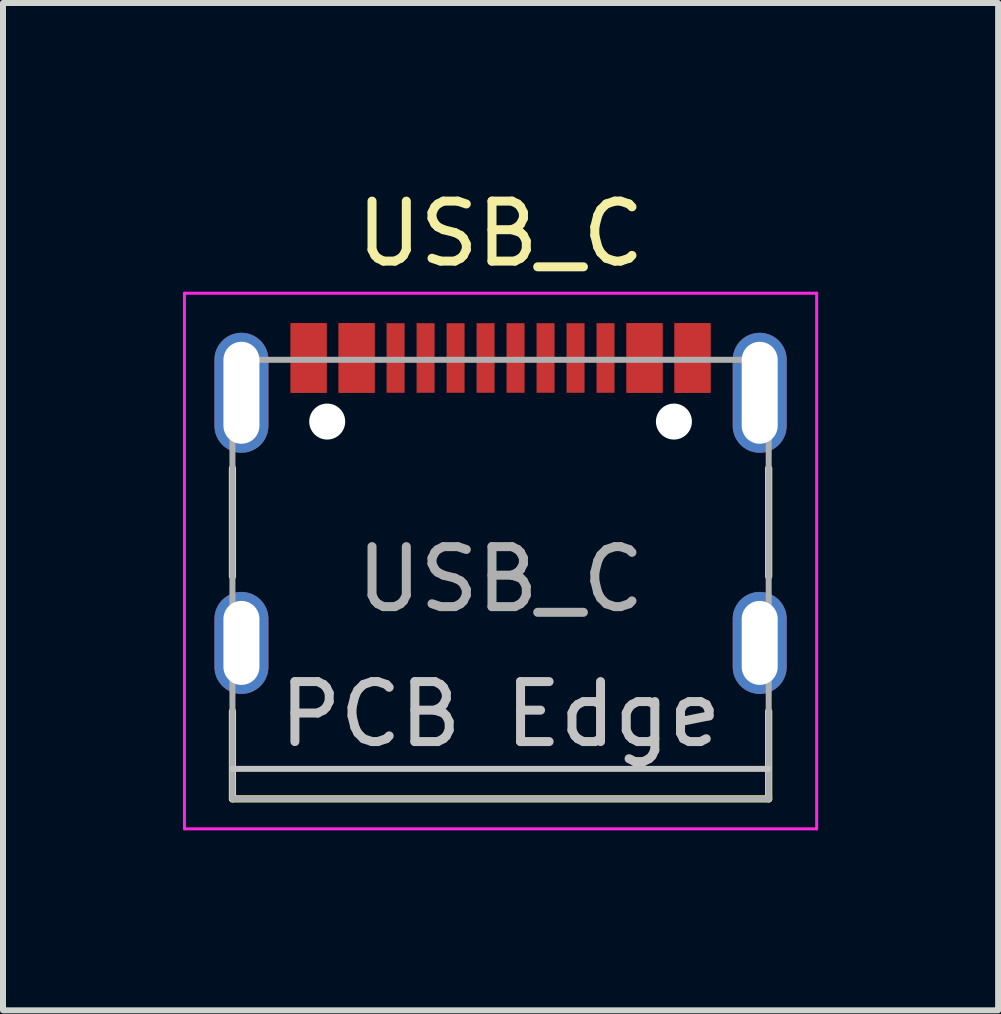
<source format=kicad_pcb>
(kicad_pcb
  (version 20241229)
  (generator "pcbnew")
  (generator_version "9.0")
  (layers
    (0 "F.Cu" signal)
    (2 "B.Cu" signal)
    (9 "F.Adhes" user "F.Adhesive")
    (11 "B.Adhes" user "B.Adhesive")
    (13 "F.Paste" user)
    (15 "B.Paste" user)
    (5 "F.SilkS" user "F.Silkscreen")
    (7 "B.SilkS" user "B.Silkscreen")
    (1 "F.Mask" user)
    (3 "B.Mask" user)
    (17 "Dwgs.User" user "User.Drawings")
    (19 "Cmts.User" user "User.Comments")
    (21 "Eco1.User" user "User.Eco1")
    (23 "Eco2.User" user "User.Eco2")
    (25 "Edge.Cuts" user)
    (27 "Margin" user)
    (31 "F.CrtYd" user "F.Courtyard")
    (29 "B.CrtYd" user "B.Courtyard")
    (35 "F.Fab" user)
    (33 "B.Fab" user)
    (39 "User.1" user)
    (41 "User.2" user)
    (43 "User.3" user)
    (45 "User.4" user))
  (footprint "USB_C"
    (layer "F.Cu")
    (at 5.295 5.428)
    (property "Reference" "USB_C" (at 0 -4.58 0) (layer "F.SilkS") (effects (font (size 1 1) (thickness 0.15))))
    (attr smd)
    (fp_line (start -4.47 -0.67) (end -4.47 1.13) (stroke (width 0.12) (type solid)) (layer "F.SilkS"))
    (fp_line (start -4.47 4.84) (end -4.47 3.38) (stroke (width 0.12) (type solid)) (layer "F.SilkS"))
    (fp_line (start 4.47 -0.67) (end 4.47 1.13) (stroke (width 0.12) (type solid)) (layer "F.SilkS"))
    (fp_line (start 4.47 4.84) (end -4.47 4.84) (stroke (width 0.12) (type solid)) (layer "F.SilkS"))
    (fp_line (start 4.47 4.84) (end 4.47 3.38) (stroke (width 0.12) (type solid)) (layer "F.SilkS"))
    (fp_line (start -4.47 4.34) (end 4.47 4.34) (stroke (width 0.1) (type solid)) (layer "Dwgs.User"))
    (fp_line (start -5.27 -3.59) (end -5.27 5.34) (stroke (width 0.05) (type solid)) (layer "F.CrtYd"))
    (fp_line (start -5.27 5.34) (end 5.27 5.34) (stroke (width 0.05) (type solid)) (layer "F.CrtYd"))
    (fp_line (start 5.27 -3.59) (end -5.27 -3.59) (stroke (width 0.05) (type solid)) (layer "F.CrtYd"))
    (fp_line (start 5.27 5.34) (end 5.27 -3.59) (stroke (width 0.05) (type solid)) (layer "F.CrtYd"))
    (fp_line (start -4.47 -2.48) (end -4.47 4.84) (stroke (width 0.1) (type solid)) (layer "F.Fab"))
    (fp_line (start -4.47 -2.48) (end 4.47 -2.48) (stroke (width 0.1) (type solid)) (layer "F.Fab"))
    (fp_line (start 4.47 -2.48) (end 4.47 4.84) (stroke (width 0.1) (type solid)) (layer "F.Fab"))
    (fp_line (start 4.47 4.84) (end -4.47 4.84) (stroke (width 0.1) (type solid)) (layer "F.Fab"))
    (fp_text user "PCB Edge" (at 0 3.43 0) (layer "Dwgs.User") (effects (font (size 1 1) (thickness 0.15))))
    (fp_text user "${REFERENCE}" (at 0 1.18 0) (layer "F.Fab") (effects (font (size 1 1) (thickness 0.15))))
    (pad "" np_thru_hole circle (at -2.89 -1.45 180) (size 0.6 0.6) (drill 0.6) (layers "*.Cu" "*.Mask"))
    (pad "" np_thru_hole circle (at 2.89 -1.45 180) (size 0.6 0.6) (drill 0.6) (layers "*.Cu" "*.Mask"))
    (pad "A1" smd rect (at -3.2 -2.51) (size 0.6 1.16) (layers "F.Cu" "F.Mask" "F.Paste"))
    (pad "A4" smd rect (at -2.4 -2.51) (size 0.6 1.16) (layers "F.Cu" "F.Mask" "F.Paste"))
    (pad "A5" smd rect (at -1.25 -2.51 180) (size 0.3 1.16) (layers "F.Cu" "F.Mask" "F.Paste"))
    (pad "A6" smd rect (at -0.25 -2.51 180) (size 0.3 1.16) (layers "F.Cu" "F.Mask" "F.Paste"))
    (pad "A7" smd rect (at 0.25 -2.51 180) (size 0.3 1.16) (layers "F.Cu" "F.Mask" "F.Paste"))
    (pad "A8" smd rect (at 1.25 -2.51 180) (size 0.3 1.16) (layers "F.Cu" "F.Mask" "F.Paste"))
    (pad "A9" smd rect (at 2.4 -2.51) (size 0.6 1.16) (layers "F.Cu" "F.Mask" "F.Paste"))
    (pad "A12" smd rect (at 3.2 -2.51) (size 0.6 1.16) (layers "F.Cu" "F.Mask" "F.Paste"))
    (pad "B1" smd rect (at 3.2 -2.51) (size 0.6 1.16) (layers "F.Cu" "F.Mask" "F.Paste"))
    (pad "B4" smd rect (at 2.4 -2.51) (size 0.6 1.16) (layers "F.Cu" "F.Mask" "F.Paste"))
    (pad "B5" smd rect (at 1.75 -2.51 180) (size 0.3 1.16) (layers "F.Cu" "F.Mask" "F.Paste"))
    (pad "B6" smd rect (at 0.75 -2.51 180) (size 0.3 1.16) (layers "F.Cu" "F.Mask" "F.Paste"))
    (pad "B7" smd rect (at -0.75 -2.51 180) (size 0.3 1.16) (layers "F.Cu" "F.Mask" "F.Paste"))
    (pad "B8" smd rect (at -1.75 -2.51 180) (size 0.3 1.16) (layers "F.Cu" "F.Mask" "F.Paste"))
    (pad "B9" smd rect (at -2.4 -2.51) (size 0.6 1.16) (layers "F.Cu" "F.Mask" "F.Paste"))
    (pad "B12" smd rect (at -3.2 -2.51) (size 0.6 1.16) (layers "F.Cu" "F.Mask" "F.Paste"))
    (pad "S1" thru_hole oval (at -4.32 -1.93 90) (size 2 0.9) (drill oval 1.7 0.6) (layers "*.Cu" "*.Mask"))
    (pad "S1" thru_hole oval (at -4.32 2.24 90) (size 1.7 0.9) (drill oval 1.4 0.6) (layers "*.Cu" "*.Mask"))
    (pad "S1" thru_hole oval (at 4.32 -1.93 90) (size 2 0.9) (drill oval 1.7 0.6) (layers "*.Cu" "*.Mask"))
    (pad "S1" thru_hole oval (at 4.32 2.24 90) (size 1.7 0.9) (drill oval 1.4 0.6) (layers "*.Cu" "*.Mask")))
  (gr_rect
    (start -3 -3)
    (end 13.59 13.793)
    (stroke (width 0.1) (type default))
    (fill no)
    (layer "Edge.Cuts")))
</source>
